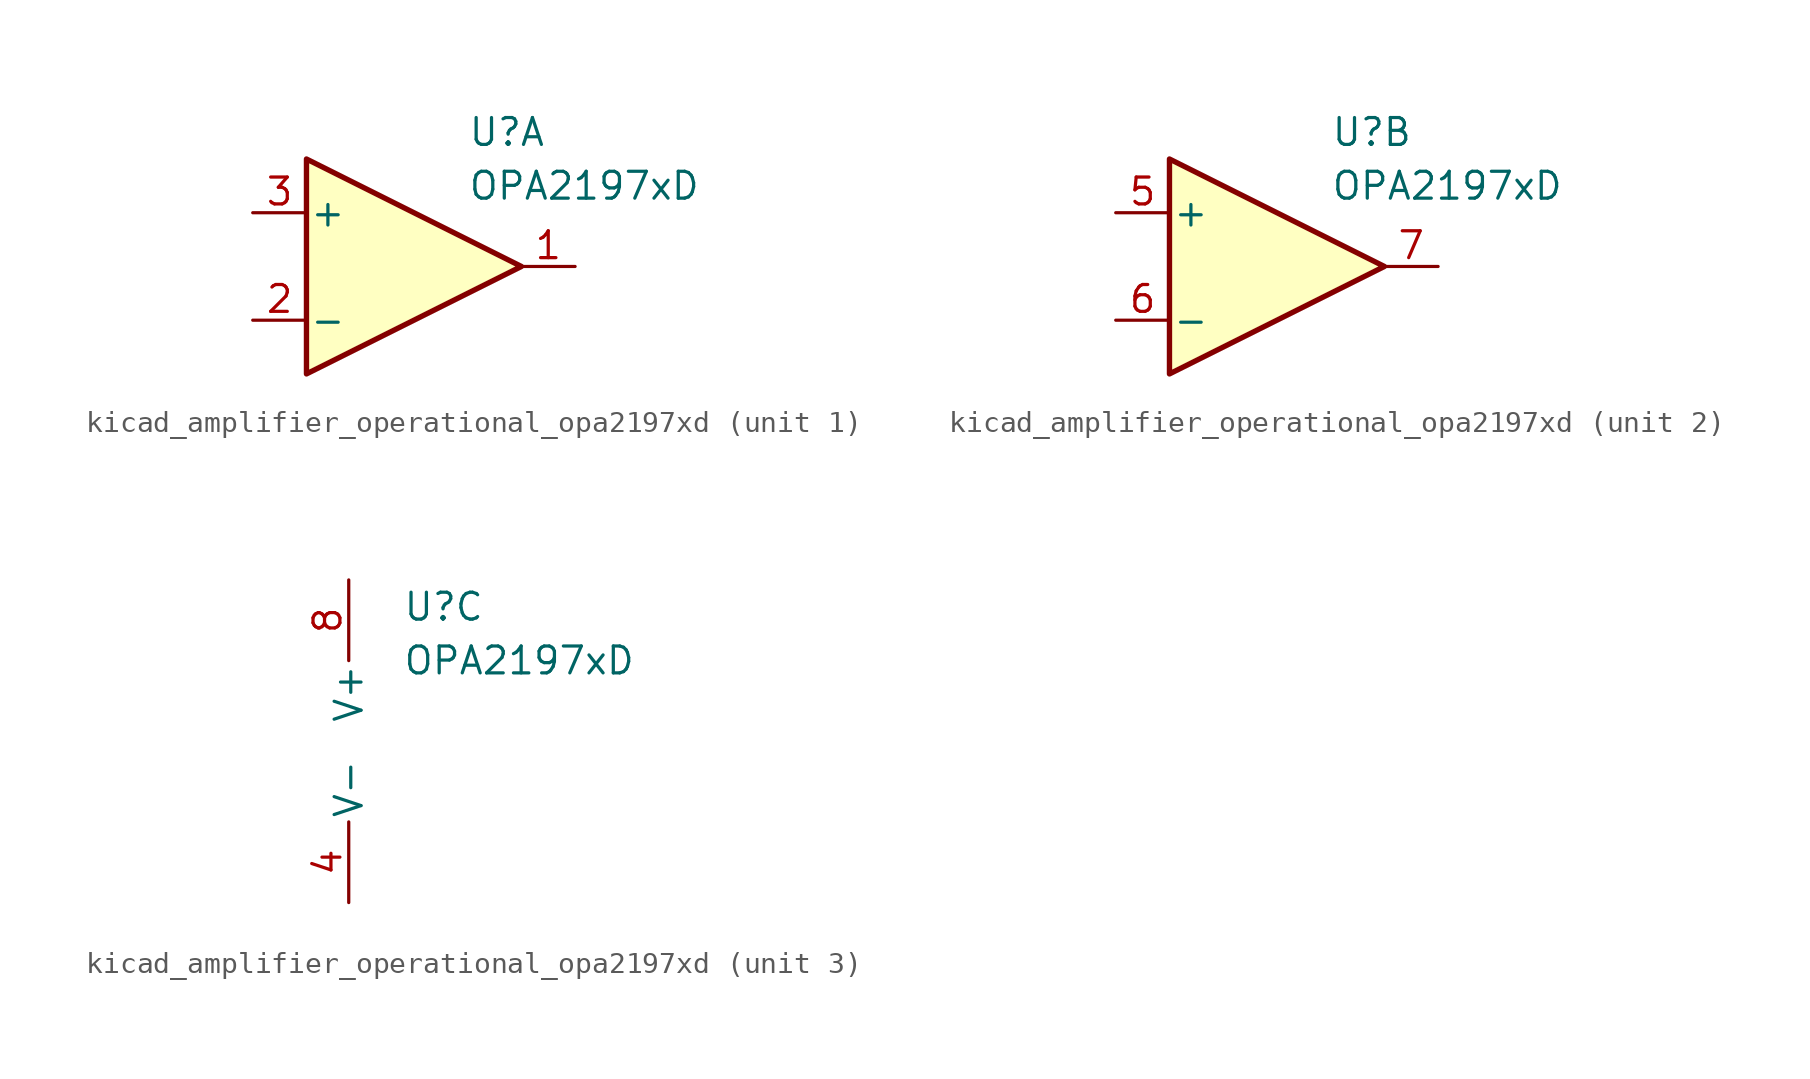
<source format=kicad_sym>
(kicad_symbol_lib
  (version 20220914)
  (generator kicad_symbol_editor)
  (symbol "kicad_amplifier_operational_opa2197xd"
    (pin_names
      (offset 0.127))
    (property "Reference" "U"
      (at 2.54 6.35 0)
      (effects (font (size 1.27 1.27)) (justify left)))
    (property "Value" "OPA2197xD"
      (at 2.54 3.81 0)
      (effects (font (size 1.27 1.27)) (justify left)))
    (property "ki_locked" ""
      (at 0 0 0)
      (effects (font (size 1.27 1.27))))
    (symbol "kicad_amplifier_operational_opa2197xd_1_1"
      (polyline (pts (xy 5.08 0) (xy -5.08 5.08) (xy -5.08 -5.08) (xy 5.08 0)) (stroke (width 0.254) (type default)) (fill (type background)))
      (pin output line (at 7.62 0 180) (length 2.54) (name "~" (effects (font (size 1.27 1.27)))) (number "1" (effects (font (size 1.27 1.27)))))
      (pin input line (at -7.62 -2.54 0) (length 2.54) (name "-" (effects (font (size 1.27 1.27)))) (number "2" (effects (font (size 1.27 1.27)))))
      (pin input line (at -7.62 2.54 0) (length 2.54) (name "+" (effects (font (size 1.27 1.27)))) (number "3" (effects (font (size 1.27 1.27))))))
    (symbol "kicad_amplifier_operational_opa2197xd_2_1"
      (polyline (pts (xy 5.08 0) (xy -5.08 5.08) (xy -5.08 -5.08) (xy 5.08 0)) (stroke (width 0.254) (type default)) (fill (type background)))
      (pin input line (at -7.62 2.54 0) (length 2.54) (name "+" (effects (font (size 1.27 1.27)))) (number "5" (effects (font (size 1.27 1.27)))))
      (pin input line (at -7.62 -2.54 0) (length 2.54) (name "-" (effects (font (size 1.27 1.27)))) (number "6" (effects (font (size 1.27 1.27)))))
      (pin output line (at 7.62 0 180) (length 2.54) (name "~" (effects (font (size 1.27 1.27)))) (number "7" (effects (font (size 1.27 1.27))))))
    (symbol "kicad_amplifier_operational_opa2197xd_3_1"
      (pin power_in line (at 0 -7.62 90) (length 3.81) (name "V-" (effects (font (size 1.27 1.27)))) (number "4" (effects (font (size 1.27 1.27)))))
      (pin power_in line (at 0 7.62 270) (length 3.81) (name "V+" (effects (font (size 1.27 1.27)))) (number "8" (effects (font (size 1.27 1.27))))))))
</source>
